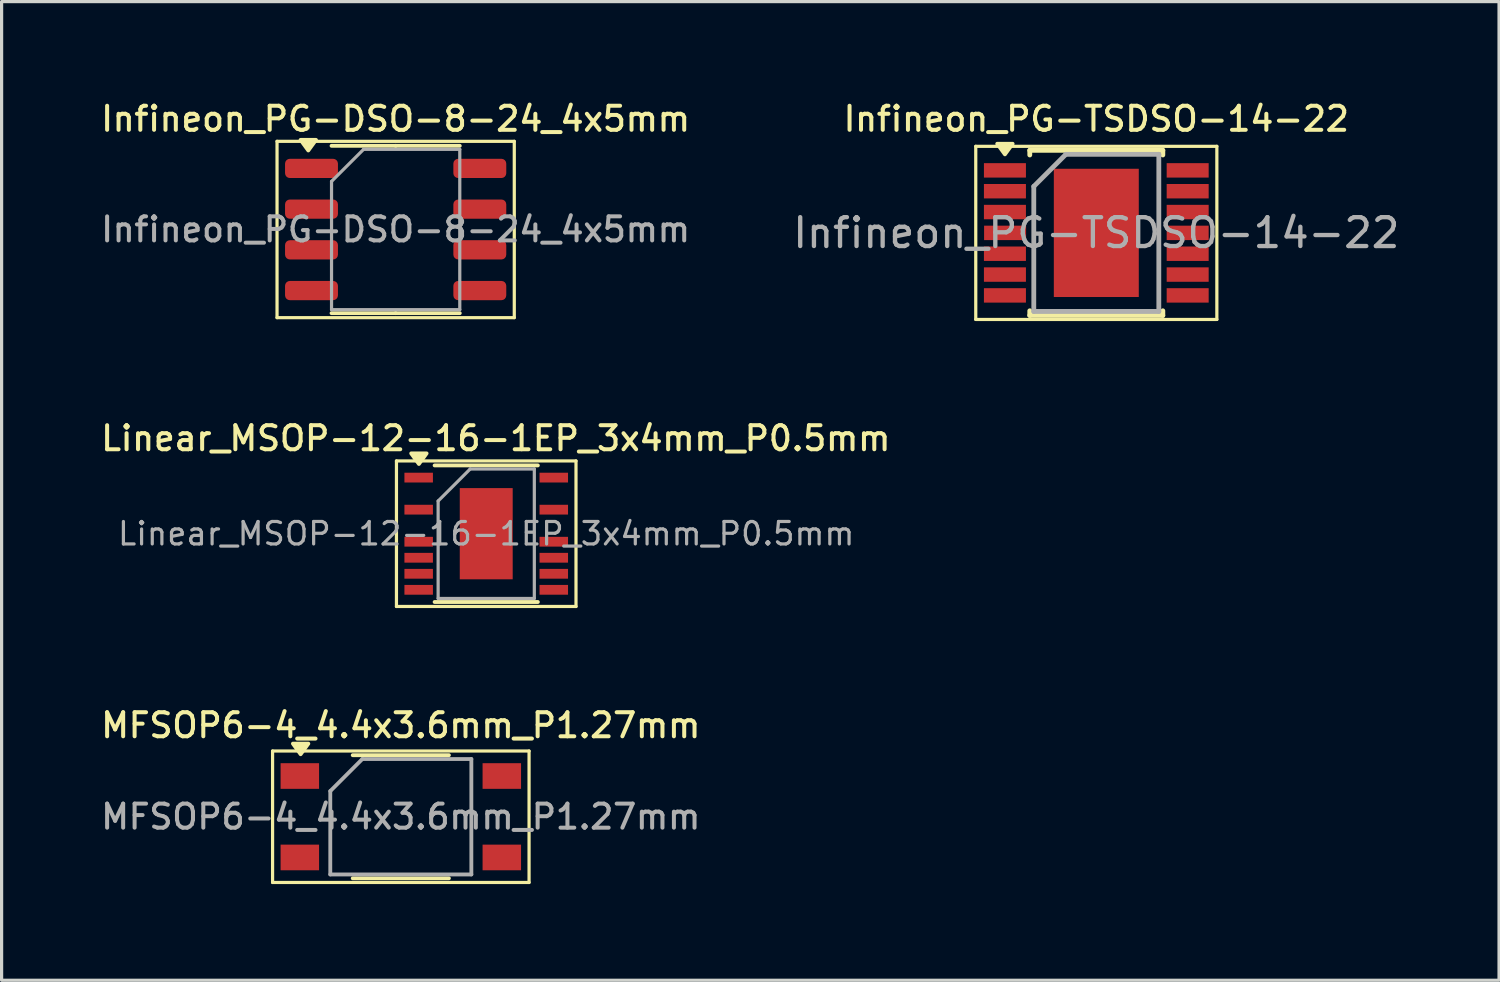
<source format=kicad_pcb>
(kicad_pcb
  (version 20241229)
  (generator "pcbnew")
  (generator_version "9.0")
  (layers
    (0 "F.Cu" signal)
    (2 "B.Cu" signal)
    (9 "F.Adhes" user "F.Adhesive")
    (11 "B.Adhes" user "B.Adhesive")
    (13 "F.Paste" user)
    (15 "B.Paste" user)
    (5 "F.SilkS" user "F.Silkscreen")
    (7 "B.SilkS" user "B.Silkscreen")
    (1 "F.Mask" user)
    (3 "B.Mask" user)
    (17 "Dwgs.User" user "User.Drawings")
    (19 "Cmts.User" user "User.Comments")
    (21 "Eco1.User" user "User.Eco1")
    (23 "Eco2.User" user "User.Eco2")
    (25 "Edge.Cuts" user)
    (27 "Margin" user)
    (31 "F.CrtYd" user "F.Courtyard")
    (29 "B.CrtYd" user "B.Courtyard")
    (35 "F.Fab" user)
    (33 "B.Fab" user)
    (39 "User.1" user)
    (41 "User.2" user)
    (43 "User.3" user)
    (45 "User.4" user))
  (footprint "Infineon_PG-TSDSO-14-22"
    (layer "F.Cu")
    (at 31.145 4.214)
    (property "Reference" "Infineon_PG-TSDSO-14-22" (at 0 -3.556 0) (layer "F.SilkS") (effects (font (size 0.75 0.75) (thickness 0.125))))
    (attr smd)
    (fp_line (start -3.76 -2.7) (end -3.76 2.7) (stroke (width 0.1) (type solid)) (layer "F.SilkS"))
    (fp_line (start -3.76 -2.7) (end 3.76 -2.7) (stroke (width 0.1) (type solid)) (layer "F.SilkS"))
    (fp_line (start -3.76 2.7) (end 3.76 2.7) (stroke (width 0.1) (type solid)) (layer "F.SilkS"))
    (fp_line (start -2.075 -2.575) (end -2.075 -2.43) (stroke (width 0.15) (type solid)) (layer "F.SilkS"))
    (fp_line (start -2.075 -2.575) (end 2.075 -2.575) (stroke (width 0.15) (type solid)) (layer "F.SilkS"))
    (fp_line (start -2.075 2.575) (end -2.075 2.43) (stroke (width 0.15) (type solid)) (layer "F.SilkS"))
    (fp_line (start -2.075 2.575) (end 2.075 2.575) (stroke (width 0.15) (type solid)) (layer "F.SilkS"))
    (fp_line (start 2.075 -2.575) (end 2.075 -2.43) (stroke (width 0.15) (type solid)) (layer "F.SilkS"))
    (fp_line (start 2.075 2.575) (end 2.075 2.43) (stroke (width 0.15) (type solid)) (layer "F.SilkS"))
    (fp_line (start 3.76 -2.7) (end 3.76 2.7) (stroke (width 0.1) (type solid)) (layer "F.SilkS"))
    (fp_poly (pts (xy -2.85 -2.45) (xy -3.09 -2.78) (xy -2.61 -2.78) (xy -2.85 -2.45)) (stroke (width 0.12) (type solid)) (fill yes) (layer "F.SilkS"))
    (fp_line (start -1.95 -1.45) (end -0.95 -2.45) (stroke (width 0.15) (type solid)) (layer "F.Fab"))
    (fp_line (start -1.95 2.45) (end -1.95 -1.45) (stroke (width 0.15) (type solid)) (layer "F.Fab"))
    (fp_line (start -0.95 -2.45) (end 1.95 -2.45) (stroke (width 0.15) (type solid)) (layer "F.Fab"))
    (fp_line (start 1.95 -2.45) (end 1.95 2.45) (stroke (width 0.15) (type solid)) (layer "F.Fab"))
    (fp_line (start 1.95 2.45) (end -1.95 2.45) (stroke (width 0.15) (type solid)) (layer "F.Fab"))
    (fp_text user "${REFERENCE}" (at 0 0 0) (layer "F.Fab") (effects (font (size 0.9 0.9) (thickness 0.135))))
    (pad "" smd rect (at 0 -1.075) (size 2.65 1.85) (layers "F.Paste"))
    (pad "" smd rect (at 0 1.075) (size 2.65 1.85) (layers "F.Paste"))
    (pad "1" smd rect (at -2.85 -1.95) (size 1.31 0.45) (layers "F.Cu" "F.Mask" "F.Paste"))
    (pad "2" smd rect (at -2.85 -1.3) (size 1.31 0.45) (layers "F.Cu" "F.Mask" "F.Paste"))
    (pad "3" smd rect (at -2.85 -0.65) (size 1.31 0.45) (layers "F.Cu" "F.Mask" "F.Paste"))
    (pad "4" smd rect (at -2.845 0) (size 1.31 0.45) (layers "F.Cu" "F.Mask" "F.Paste"))
    (pad "5" smd rect (at -2.85 0.65) (size 1.31 0.45) (layers "F.Cu" "F.Mask" "F.Paste"))
    (pad "6" smd rect (at -2.85 1.3) (size 1.31 0.45) (layers "F.Cu" "F.Mask" "F.Paste"))
    (pad "7" smd rect (at -2.85 1.95) (size 1.31 0.45) (layers "F.Cu" "F.Mask" "F.Paste"))
    (pad "8" smd rect (at 2.85 1.95) (size 1.31 0.45) (layers "F.Cu" "F.Mask" "F.Paste"))
    (pad "9" smd rect (at 2.85 1.3) (size 1.31 0.45) (layers "F.Cu" "F.Mask" "F.Paste"))
    (pad "10" smd rect (at 2.85 0.65) (size 1.31 0.45) (layers "F.Cu" "F.Mask" "F.Paste"))
    (pad "11" smd rect (at 2.85 0) (size 1.31 0.45) (layers "F.Cu" "F.Mask" "F.Paste"))
    (pad "12" smd rect (at 2.85 -0.65) (size 1.31 0.45) (layers "F.Cu" "F.Mask" "F.Paste"))
    (pad "13" smd rect (at 2.85 -1.3) (size 1.31 0.45) (layers "F.Cu" "F.Mask" "F.Paste"))
    (pad "14" smd rect (at 2.85 -1.95) (size 1.31 0.45) (layers "F.Cu" "F.Mask" "F.Paste"))
    (pad "15" smd rect (at 0 0) (size 2.65 4) (layers "F.Cu" "F.Mask")))
  (footprint "Linear_MSOP-12-16-1EP_3x4mm_P0.5mm"
    (layer "F.Cu")
    (at 12.116 13.597)
    (property "Reference" "Linear_MSOP-12-16-1EP_3x4mm_P0.5mm" (at 0.3 -2.975 0) (layer "F.SilkS") (effects (font (size 0.75 0.75) (thickness 0.125))))
    (attr smd)
    (fp_line (start -2.8 -2.27) (end -2.8 2.27) (stroke (width 0.1) (type solid)) (layer "F.SilkS"))
    (fp_line (start -2.8 -2.27) (end 2.8 -2.27) (stroke (width 0.1) (type solid)) (layer "F.SilkS"))
    (fp_line (start -2.8 2.27) (end 2.8 2.27) (stroke (width 0.1) (type solid)) (layer "F.SilkS"))
    (fp_line (start -1.61 -2.13) (end 1.61 -2.13) (stroke (width 0.12) (type solid)) (layer "F.SilkS"))
    (fp_line (start -1.61 2.13) (end 1.61 2.13) (stroke (width 0.12) (type solid)) (layer "F.SilkS"))
    (fp_line (start 2.8 -2.27) (end 2.8 2.27) (stroke (width 0.1) (type solid)) (layer "F.SilkS"))
    (fp_poly (pts (xy -2.1 -2.175) (xy -2.34 -2.505) (xy -1.86 -2.505) (xy -2.1 -2.175)) (stroke (width 0.12) (type solid)) (fill yes) (layer "F.SilkS"))
    (fp_line (start -1.5 -1.02) (end -0.5 -2.019) (stroke (width 0.1) (type solid)) (layer "F.Fab"))
    (fp_line (start -1.5 2.019) (end -1.5 -1.02) (stroke (width 0.1) (type solid)) (layer "F.Fab"))
    (fp_line (start -0.5 -2.019) (end 1.5 -2.019) (stroke (width 0.1) (type solid)) (layer "F.Fab"))
    (fp_line (start 1.5 -2.019) (end 1.5 2.019) (stroke (width 0.1) (type solid)) (layer "F.Fab"))
    (fp_line (start 1.5 2.019) (end -1.5 2.019) (stroke (width 0.1) (type solid)) (layer "F.Fab"))
    (fp_text user "${REFERENCE}" (at 0 0 0) (layer "F.Fab") (effects (font (size 0.7 0.7) (thickness 0.1))))
    (pad "" smd rect (at 0 -0.711) (size 1.4 1.2) (layers "F.Paste"))
    (pad "" smd rect (at 0 0.711) (size 1.4 1.2) (layers "F.Paste"))
    (pad "1" smd rect (at -2.107 -1.75) (size 0.889 0.305) (layers "F.Cu" "F.Mask" "F.Paste"))
    (pad "3" smd rect (at -2.107 -0.75) (size 0.889 0.305) (layers "F.Cu" "F.Mask" "F.Paste"))
    (pad "5" smd rect (at -2.107 0.25) (size 0.889 0.305) (layers "F.Cu" "F.Mask" "F.Paste"))
    (pad "6" smd rect (at -2.107 0.75) (size 0.889 0.305) (layers "F.Cu" "F.Mask" "F.Paste"))
    (pad "7" smd rect (at -2.107 1.25) (size 0.889 0.305) (layers "F.Cu" "F.Mask" "F.Paste"))
    (pad "8" smd rect (at -2.107 1.75) (size 0.889 0.305) (layers "F.Cu" "F.Mask" "F.Paste"))
    (pad "9" smd rect (at 2.107 1.75) (size 0.889 0.305) (layers "F.Cu" "F.Mask" "F.Paste"))
    (pad "10" smd rect (at 2.107 1.25) (size 0.889 0.305) (layers "F.Cu" "F.Mask" "F.Paste"))
    (pad "11" smd rect (at 2.107 0.75) (size 0.889 0.305) (layers "F.Cu" "F.Mask" "F.Paste"))
    (pad "12" smd rect (at 2.107 0.25) (size 0.889 0.305) (layers "F.Cu" "F.Mask" "F.Paste"))
    (pad "14" smd rect (at 2.107 -0.75) (size 0.889 0.305) (layers "F.Cu" "F.Mask" "F.Paste"))
    (pad "16" smd rect (at 2.107 -1.75) (size 0.889 0.305) (layers "F.Cu" "F.Mask" "F.Paste"))
    (pad "17" smd rect (at 0 0) (size 1.651 2.845) (layers "F.Cu" "F.Mask")))
  (footprint "Infineon_PG-DSO-8-24_4x5mm"
    (layer "F.Cu")
    (at 9.291 4.108)
    (property "Reference" "Infineon_PG-DSO-8-24_4x5mm" (at 0 -3.45 0) (layer "F.SilkS") (effects (font (size 0.75 0.75) (thickness 0.125))))
    (attr smd)
    (fp_line (start -3.7 -2.75) (end -3.7 2.75) (stroke (width 0.1) (type solid)) (layer "F.SilkS"))
    (fp_line (start -3.7 2.75) (end 3.7 2.75) (stroke (width 0.1) (type solid)) (layer "F.SilkS"))
    (fp_line (start 0 -2.61) (end -2 -2.61) (stroke (width 0.12) (type solid)) (layer "F.SilkS"))
    (fp_line (start 0 -2.61) (end 2 -2.61) (stroke (width 0.12) (type solid)) (layer "F.SilkS"))
    (fp_line (start 0 2.61) (end -2 2.61) (stroke (width 0.12) (type solid)) (layer "F.SilkS"))
    (fp_line (start 0 2.61) (end 2 2.61) (stroke (width 0.12) (type solid)) (layer "F.SilkS"))
    (fp_line (start 3.7 -2.75) (end -3.7 -2.75) (stroke (width 0.1) (type solid)) (layer "F.SilkS"))
    (fp_line (start 3.7 2.75) (end 3.7 -2.75) (stroke (width 0.1) (type solid)) (layer "F.SilkS"))
    (fp_poly (pts (xy -2.725 -2.465) (xy -2.965 -2.795) (xy -2.485 -2.795) (xy -2.725 -2.465)) (stroke (width 0.12) (type solid)) (fill yes) (layer "F.SilkS"))
    (fp_line (start -2 -1.5) (end -1 -2.5) (stroke (width 0.1) (type solid)) (layer "F.Fab"))
    (fp_line (start -2 2.5) (end -2 -1.5) (stroke (width 0.1) (type solid)) (layer "F.Fab"))
    (fp_line (start -1 -2.5) (end 2 -2.5) (stroke (width 0.1) (type solid)) (layer "F.Fab"))
    (fp_line (start 2 -2.5) (end 2 2.5) (stroke (width 0.1) (type solid)) (layer "F.Fab"))
    (fp_line (start 2 2.5) (end -2 2.5) (stroke (width 0.1) (type solid)) (layer "F.Fab"))
    (fp_text user "${REFERENCE}" (at 0 0 0) (layer "F.Fab") (effects (font (size 0.75 0.75) (thickness 0.125))))
    (pad "1" smd roundrect (at -2.625 -1.905) (size 1.65 0.6) (layers "F.Cu" "F.Mask" "F.Paste") (roundrect_rratio 0.25))
    (pad "2" smd roundrect (at -2.625 -0.635) (size 1.65 0.6) (layers "F.Cu" "F.Mask" "F.Paste") (roundrect_rratio 0.25))
    (pad "3" smd roundrect (at -2.625 0.635) (size 1.65 0.6) (layers "F.Cu" "F.Mask" "F.Paste") (roundrect_rratio 0.25))
    (pad "4" smd roundrect (at -2.625 1.905) (size 1.65 0.6) (layers "F.Cu" "F.Mask" "F.Paste") (roundrect_rratio 0.25))
    (pad "5" smd roundrect (at 2.625 1.905) (size 1.65 0.6) (layers "F.Cu" "F.Mask" "F.Paste") (roundrect_rratio 0.25))
    (pad "6" smd roundrect (at 2.625 0.635) (size 1.65 0.6) (layers "F.Cu" "F.Mask" "F.Paste") (roundrect_rratio 0.25))
    (pad "7" smd roundrect (at 2.625 -0.635) (size 1.65 0.6) (layers "F.Cu" "F.Mask" "F.Paste") (roundrect_rratio 0.25))
    (pad "8" smd roundrect (at 2.625 -1.905) (size 1.65 0.6) (layers "F.Cu" "F.Mask" "F.Paste") (roundrect_rratio 0.25)))
  (footprint "MFSOP6-4_4.4x3.6mm_P1.27mm"
    (layer "F.Cu")
    (at 9.452 22.425)
    (property "Reference" "MFSOP6-4_4.4x3.6mm_P1.27mm" (at 0 -2.85 0) (layer "F.SilkS") (effects (font (size 0.75 0.75) (thickness 0.125))))
    (attr smd)
    (fp_line (start -4 -2.05) (end -4 2.05) (stroke (width 0.1) (type solid)) (layer "F.SilkS"))
    (fp_line (start -4 -2.05) (end 4 -2.05) (stroke (width 0.1) (type solid)) (layer "F.SilkS"))
    (fp_line (start 1.5 -1.92) (end -1.5 -1.92) (stroke (width 0.12) (type solid)) (layer "F.SilkS"))
    (fp_line (start 1.5 1.92) (end -1.5 1.92) (stroke (width 0.12) (type solid)) (layer "F.SilkS"))
    (fp_line (start 4 2.05) (end -4 2.05) (stroke (width 0.1) (type solid)) (layer "F.SilkS"))
    (fp_line (start 4 2.05) (end 4 -2.05) (stroke (width 0.1) (type solid)) (layer "F.SilkS"))
    (fp_poly (pts (xy -3.125 -1.95) (xy -3.365 -2.28) (xy -2.885 -2.28) (xy -3.125 -1.95)) (stroke (width 0.12) (type solid)) (fill yes) (layer "F.SilkS"))
    (fp_line (start -2.2 -0.8) (end -2.2 1.8) (stroke (width 0.12) (type solid)) (layer "F.Fab"))
    (fp_line (start -2.2 1.8) (end 2.2 1.8) (stroke (width 0.12) (type solid)) (layer "F.Fab"))
    (fp_line (start -1.2 -1.8) (end -2.2 -0.8) (stroke (width 0.12) (type solid)) (layer "F.Fab"))
    (fp_line (start 2.2 -1.8) (end -1.2 -1.8) (stroke (width 0.12) (type solid)) (layer "F.Fab"))
    (fp_line (start 2.2 1.8) (end 2.2 -1.8) (stroke (width 0.12) (type solid)) (layer "F.Fab"))
    (fp_text user "${REFERENCE}" (at 0 0 0) (layer "F.Fab") (effects (font (size 0.75 0.75) (thickness 0.125))))
    (pad "1" smd rect (at -3.15 -1.27) (size 1.2 0.8) (layers "F.Cu" "F.Mask" "F.Paste"))
    (pad "3" smd rect (at -3.15 1.27) (size 1.2 0.8) (layers "F.Cu" "F.Mask" "F.Paste"))
    (pad "4" smd rect (at 3.15 1.27) (size 1.2 0.8) (layers "F.Cu" "F.Mask" "F.Paste"))
    (pad "6" smd rect (at 3.15 -1.27) (size 1.2 0.8) (layers "F.Cu" "F.Mask" "F.Paste")))
  (gr_rect
    (start -3 -3)
    (end 43.707 27.525)
    (stroke (width 0.1) (type default))
    (fill no)
    (layer "Edge.Cuts")))
</source>
